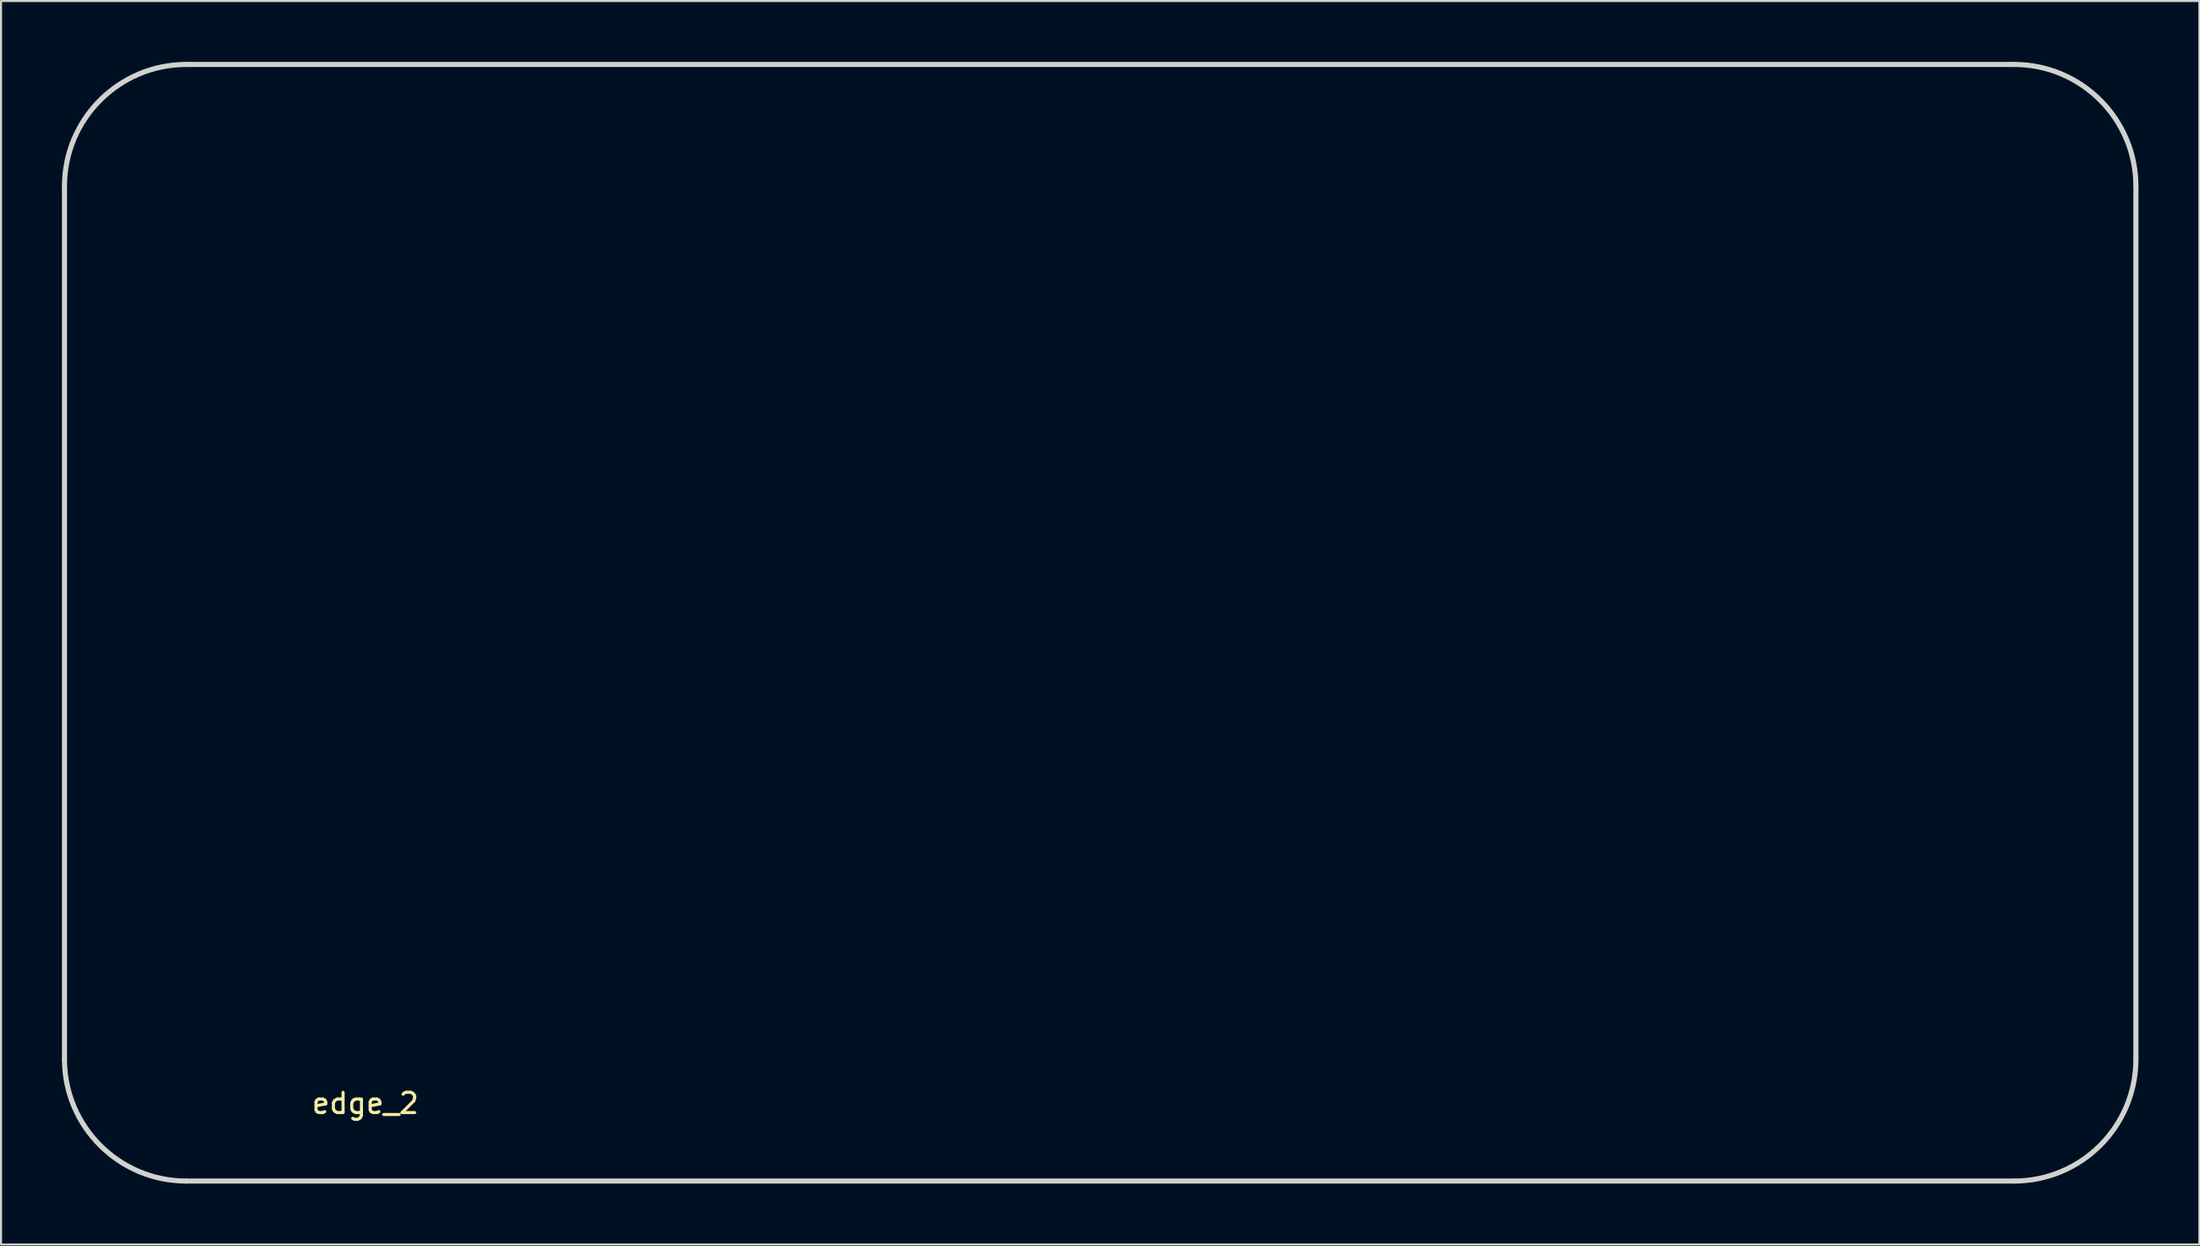
<source format=kicad_pcb>
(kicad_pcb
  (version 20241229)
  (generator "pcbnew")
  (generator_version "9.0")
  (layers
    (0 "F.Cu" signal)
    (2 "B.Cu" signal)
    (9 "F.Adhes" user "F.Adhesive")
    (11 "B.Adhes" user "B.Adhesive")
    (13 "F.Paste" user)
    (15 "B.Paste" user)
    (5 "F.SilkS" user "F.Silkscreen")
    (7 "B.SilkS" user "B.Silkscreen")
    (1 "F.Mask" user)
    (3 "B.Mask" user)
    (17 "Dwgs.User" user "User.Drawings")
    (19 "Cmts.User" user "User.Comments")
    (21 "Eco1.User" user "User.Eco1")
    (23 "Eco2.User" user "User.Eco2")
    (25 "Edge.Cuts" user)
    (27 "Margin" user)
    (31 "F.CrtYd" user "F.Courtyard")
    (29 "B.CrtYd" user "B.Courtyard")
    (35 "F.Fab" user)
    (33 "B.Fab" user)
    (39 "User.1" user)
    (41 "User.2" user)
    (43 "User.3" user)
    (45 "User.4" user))
  (footprint "edge_2"
    (layer "F.Cu")
    (at 14.939 51.797)
    (property "Reference" "edge_2" (at 0 -0.5 0) (unlocked yes) (layer "F.SilkS") (effects (font (size 1 1) (thickness 0.15))))
    (fp_line (start -14.814 -45.672) (end -14.814 -2.672) (stroke (width 0.25) (type solid)) (layer "Edge.Cuts"))
    (fp_line (start -8.814 3.328) (end 81.186 3.328) (stroke (width 0.25) (type solid)) (layer "Edge.Cuts"))
    (fp_line (start 81.186 -51.672) (end -8.814 -51.672) (stroke (width 0.25) (type solid)) (layer "Edge.Cuts"))
    (fp_line (start 87.186 -2.672) (end 87.186 -45.672) (stroke (width 0.25) (type solid)) (layer "Edge.Cuts"))
    (fp_arc (start -14.81392 -45.67232) (mid -13.056561 -49.914961) (end -8.81392 -51.67232) (stroke (width 0.25) (type solid)) (layer "Edge.Cuts"))
    (fp_arc (start -8.81392 3.32768) (mid -13.056561 1.570321) (end -14.81392 -2.67232) (stroke (width 0.25) (type solid)) (layer "Edge.Cuts"))
    (fp_arc (start 81.18608 -51.67232) (mid 85.428721 -49.914961) (end 87.18608 -45.67232) (stroke (width 0.25) (type solid)) (layer "Edge.Cuts"))
    (fp_arc (start 87.18608 -2.67232) (mid 85.428727 1.570327) (end 81.18608 3.32768) (stroke (width 0.25) (type solid)) (layer "Edge.Cuts")))
  (gr_rect
    (start -3 -3)
    (end 105.25 58.25)
    (stroke (width 0.1) (type default))
    (fill no)
    (layer "Edge.Cuts")))
</source>
